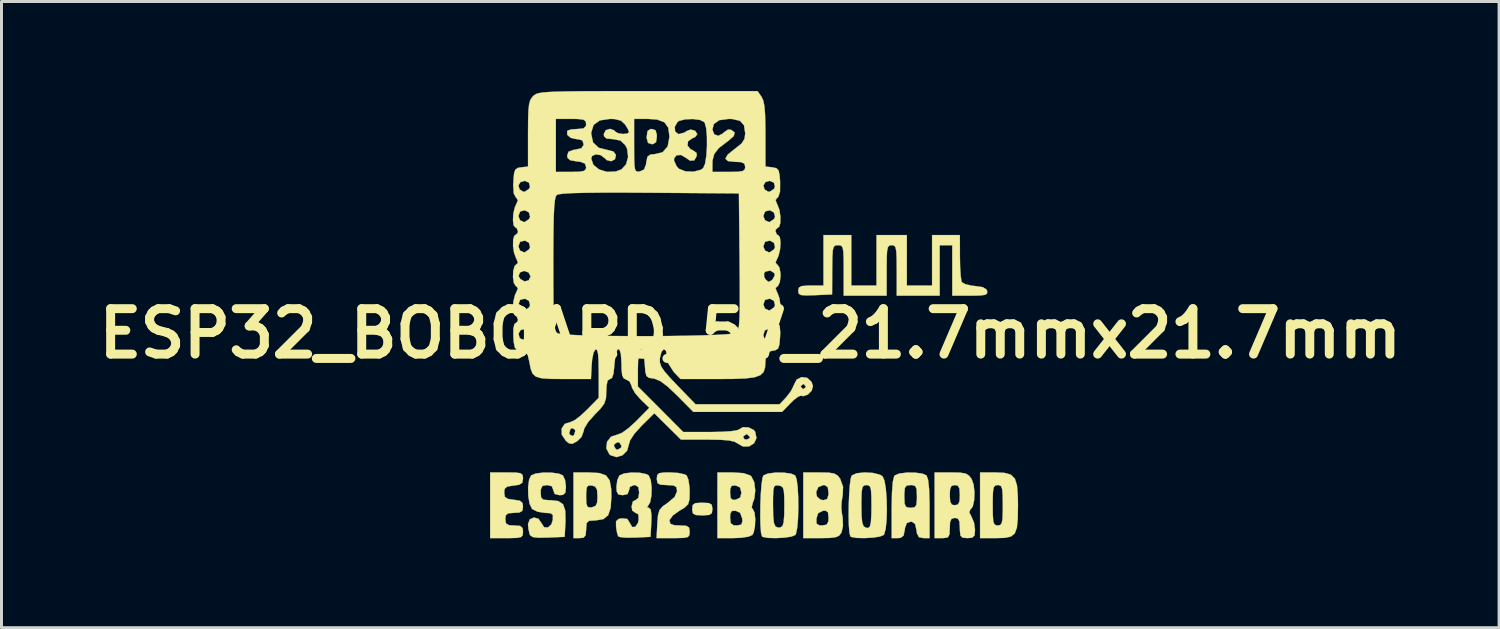
<source format=kicad_pcb>
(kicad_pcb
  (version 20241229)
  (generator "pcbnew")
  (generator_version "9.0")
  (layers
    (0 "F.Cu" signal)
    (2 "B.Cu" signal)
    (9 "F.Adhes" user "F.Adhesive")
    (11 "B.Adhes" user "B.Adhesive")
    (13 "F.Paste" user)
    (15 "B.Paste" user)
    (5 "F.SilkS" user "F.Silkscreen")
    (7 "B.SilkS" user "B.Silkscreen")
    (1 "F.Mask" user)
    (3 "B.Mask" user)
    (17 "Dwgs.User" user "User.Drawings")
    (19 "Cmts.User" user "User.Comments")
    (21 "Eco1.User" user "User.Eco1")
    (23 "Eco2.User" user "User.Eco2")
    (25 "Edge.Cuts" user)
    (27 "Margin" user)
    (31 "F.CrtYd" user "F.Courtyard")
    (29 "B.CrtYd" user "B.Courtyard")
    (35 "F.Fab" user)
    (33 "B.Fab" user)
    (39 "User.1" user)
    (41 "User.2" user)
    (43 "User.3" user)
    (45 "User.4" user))
  (footprint "ESP32_BOBOARD_5V_21.7mmx21.7mm"
    (layer "F.Cu")
    (at 22.105 8.133)
    (property "Reference" "ESP32_BOBOARD_5V_21.7mmx21.7mm" (at 0 0 0) (layer "F.SilkS") (effects (font (size 1.524 1.524) (thickness 0.3))))
    (attr through_hole)
    (fp_poly (pts (xy -3.178 -6.818) (xy -3.134 -6.67) (xy -3.133 -6.604) (xy -3.159 -6.418) (xy -3.258 -6.353) (xy -3.302 -6.35) (xy -3.426 -6.39) (xy -3.47 -6.538) (xy -3.471 -6.604) (xy -3.445 -6.79) (xy -3.346 -6.855) (xy -3.302 -6.858) (xy -3.178 -6.818)) (stroke (width 0.01) (type solid)) (fill yes) (layer "F.SilkS"))
    (fp_poly (pts (xy -1.39 5.684) (xy -1.293 5.739) (xy -1.27 5.866) (xy -1.27 5.884) (xy -1.288 6.021) (xy -1.376 6.081) (xy -1.579 6.096) (xy -1.609 6.096) (xy -1.827 6.084) (xy -1.924 6.03) (xy -1.947 5.903) (xy -1.947 5.884) (xy -1.929 5.748) (xy -1.842 5.687) (xy -1.638 5.673) (xy -1.609 5.673) (xy -1.39 5.684)) (stroke (width 0.01) (type solid)) (fill yes) (layer "F.SilkS"))
    (fp_poly (pts (xy -7.874 4.661) (xy -7.71 4.682) (xy -7.638 4.734) (xy -7.62 4.833) (xy -7.62 4.863) (xy -7.645 5.003) (xy -7.751 5.07) (xy -7.936 5.096) (xy -8.146 5.129) (xy -8.235 5.206) (xy -8.251 5.334) (xy -8.228 5.477) (xy -8.125 5.545) (xy -7.936 5.572) (xy -7.725 5.606) (xy -7.636 5.682) (xy -7.62 5.805) (xy -7.643 5.945) (xy -7.745 6.002) (xy -7.916 6.011) (xy -8.117 6.027) (xy -8.199 6.098) (xy -8.213 6.223) (xy -8.191 6.366) (xy -8.091 6.425) (xy -7.916 6.435) (xy -7.716 6.45) (xy -7.634 6.522) (xy -7.62 6.646) (xy -7.63 6.76) (xy -7.684 6.823) (xy -7.822 6.851) (xy -8.08 6.858) (xy -8.17 6.858) (xy -8.721 6.858) (xy -8.721 4.657) (xy -8.17 4.657) (xy -7.874 4.661)) (stroke (width 0.01) (type solid)) (fill yes) (layer "F.SilkS"))
    (fp_poly (pts (xy -5.066 4.677) (xy -4.839 4.756) (xy -4.714 4.926) (xy -4.663 5.214) (xy -4.657 5.461) (xy -4.681 5.846) (xy -4.766 6.092) (xy -4.929 6.223) (xy -5.187 6.265) (xy -5.213 6.265) (xy -5.408 6.279) (xy -5.487 6.354) (xy -5.503 6.543) (xy -5.503 6.562) (xy -5.519 6.762) (xy -5.59 6.844) (xy -5.715 6.858) (xy -5.927 6.858) (xy -5.927 5.461) (xy -5.503 5.461) (xy -5.496 5.699) (xy -5.458 5.809) (xy -5.369 5.833) (xy -5.313 5.827) (xy -5.188 5.782) (xy -5.133 5.664) (xy -5.122 5.461) (xy -5.137 5.237) (xy -5.2 5.131) (xy -5.313 5.095) (xy -5.429 5.095) (xy -5.485 5.165) (xy -5.502 5.346) (xy -5.503 5.461) (xy -5.927 5.461) (xy -5.927 4.657) (xy -5.425 4.657) (xy -5.066 4.677)) (stroke (width 0.01) (type solid)) (fill yes) (layer "F.SilkS"))
    (fp_poly (pts (xy 8.518 4.671) (xy 8.736 4.731) (xy 8.871 4.864) (xy 8.943 5.096) (xy 8.971 5.454) (xy 8.975 5.748) (xy 8.969 6.2) (xy 8.939 6.509) (xy 8.867 6.702) (xy 8.737 6.807) (xy 8.531 6.85) (xy 8.252 6.858) (xy 7.705 6.858) (xy 7.705 5.757) (xy 8.128 5.757) (xy 8.132 6.095) (xy 8.148 6.297) (xy 8.185 6.398) (xy 8.253 6.432) (xy 8.297 6.435) (xy 8.382 6.421) (xy 8.432 6.355) (xy 8.458 6.205) (xy 8.466 5.936) (xy 8.467 5.757) (xy 8.463 5.42) (xy 8.447 5.218) (xy 8.409 5.116) (xy 8.342 5.082) (xy 8.297 5.08) (xy 8.213 5.094) (xy 8.162 5.159) (xy 8.137 5.309) (xy 8.129 5.579) (xy 8.128 5.757) (xy 7.705 5.757) (xy 7.705 4.657) (xy 8.2 4.657) (xy 8.518 4.671)) (stroke (width 0.01) (type solid)) (fill yes) (layer "F.SilkS"))
    (fp_poly (pts (xy -2.411 4.675) (xy -2.202 4.721) (xy -2.134 4.758) (xy -2.076 4.897) (xy -2.039 5.138) (xy -2.032 5.303) (xy -2.04 5.567) (xy -2.085 5.724) (xy -2.202 5.836) (xy -2.371 5.937) (xy -2.593 6.095) (xy -2.703 6.246) (xy -2.709 6.281) (xy -2.674 6.383) (xy -2.542 6.427) (xy -2.371 6.435) (xy -2.152 6.446) (xy -2.055 6.501) (xy -2.032 6.628) (xy -2.032 6.646) (xy -2.042 6.76) (xy -2.096 6.823) (xy -2.232 6.851) (xy -2.49 6.858) (xy -2.587 6.858) (xy -3.141 6.858) (xy -3.116 6.371) (xy -3.093 6.089) (xy -3.042 5.916) (xy -2.933 5.792) (xy -2.773 5.68) (xy -2.536 5.481) (xy -2.455 5.287) (xy -2.455 5.277) (xy -2.476 5.15) (xy -2.571 5.093) (xy -2.785 5.08) (xy -2.794 5.08) (xy -3.012 5.068) (xy -3.109 5.014) (xy -3.133 4.887) (xy -3.133 4.868) (xy -3.12 4.745) (xy -3.054 4.682) (xy -2.892 4.66) (xy -2.684 4.657) (xy -2.411 4.675)) (stroke (width 0.01) (type solid)) (fill yes) (layer "F.SilkS"))
    (fp_poly (pts (xy -0.229 4.681) (xy -0.005 4.757) (xy 0.036 4.79) (xy 0.132 4.982) (xy 0.167 5.256) (xy 0.136 5.536) (xy 0.084 5.673) (xy 0.046 5.834) (xy 0.084 5.884) (xy 0.143 6.003) (xy 0.167 6.219) (xy 0.156 6.465) (xy 0.114 6.672) (xy 0.068 6.756) (xy -0.07 6.812) (xy -0.323 6.848) (xy -0.567 6.858) (xy -1.101 6.858) (xy -1.101 6.175) (xy -0.677 6.175) (xy -0.656 6.359) (xy -0.563 6.427) (xy -0.46 6.435) (xy -0.305 6.41) (xy -0.263 6.302) (xy -0.27 6.202) (xy -0.34 6.01) (xy -0.487 5.942) (xy -0.621 5.949) (xy -0.672 6.052) (xy -0.677 6.175) (xy -1.101 6.175) (xy -1.101 5.334) (xy -0.677 5.334) (xy -0.659 5.517) (xy -0.582 5.578) (xy -0.487 5.573) (xy -0.336 5.5) (xy -0.296 5.334) (xy -0.343 5.16) (xy -0.487 5.095) (xy -0.62 5.101) (xy -0.671 5.203) (xy -0.677 5.334) (xy -1.101 5.334) (xy -1.101 4.657) (xy -0.599 4.657) (xy -0.229 4.681)) (stroke (width 0.01) (type solid)) (fill yes) (layer "F.SilkS"))
    (fp_poly (pts (xy 2.632 4.664) (xy 2.818 4.695) (xy 2.933 4.765) (xy 3.013 4.868) (xy 3.111 5.137) (xy 3.1 5.397) (xy 3.062 5.651) (xy 3.052 5.829) (xy 3.071 6.02) (xy 3.099 6.192) (xy 3.107 6.451) (xy 3.06 6.666) (xy 3.053 6.679) (xy 2.981 6.775) (xy 2.863 6.829) (xy 2.657 6.853) (xy 2.368 6.858) (xy 1.778 6.858) (xy 1.778 6.202) (xy 2.217 6.202) (xy 2.22 6.371) (xy 2.314 6.43) (xy 2.407 6.435) (xy 2.561 6.409) (xy 2.619 6.298) (xy 2.625 6.175) (xy 2.606 5.994) (xy 2.525 5.937) (xy 2.434 5.942) (xy 2.276 6.023) (xy 2.217 6.202) (xy 1.778 6.202) (xy 1.778 5.317) (xy 2.208 5.317) (xy 2.232 5.461) (xy 2.347 5.566) (xy 2.453 5.588) (xy 2.578 5.549) (xy 2.623 5.404) (xy 2.625 5.334) (xy 2.598 5.149) (xy 2.5 5.083) (xy 2.453 5.08) (xy 2.28 5.148) (xy 2.208 5.317) (xy 1.778 5.317) (xy 1.778 4.657) (xy 2.326 4.657) (xy 2.632 4.664)) (stroke (width 0.01) (type solid)) (fill yes) (layer "F.SilkS"))
    (fp_poly (pts (xy 5.528 4.664) (xy 5.774 4.698) (xy 5.91 4.758) (xy 5.962 4.904) (xy 5.996 5.217) (xy 6.011 5.696) (xy 6.011 5.859) (xy 6.011 6.858) (xy 5.805 6.858) (xy 5.657 6.828) (xy 5.59 6.704) (xy 5.572 6.583) (xy 5.526 6.384) (xy 5.421 6.311) (xy 5.376 6.308) (xy 5.249 6.352) (xy 5.189 6.512) (xy 5.18 6.583) (xy 5.139 6.776) (xy 5.04 6.85) (xy 4.948 6.858) (xy 4.741 6.858) (xy 4.741 5.859) (xy 4.749 5.461) (xy 5.165 5.461) (xy 5.173 5.696) (xy 5.217 5.807) (xy 5.319 5.841) (xy 5.376 5.842) (xy 5.507 5.826) (xy 5.569 5.749) (xy 5.587 5.564) (xy 5.588 5.461) (xy 5.579 5.226) (xy 5.536 5.115) (xy 5.433 5.081) (xy 5.376 5.08) (xy 5.246 5.096) (xy 5.184 5.173) (xy 5.165 5.358) (xy 5.165 5.461) (xy 4.749 5.461) (xy 4.751 5.334) (xy 4.779 4.974) (xy 4.826 4.782) (xy 4.843 4.758) (xy 4.995 4.694) (xy 5.246 4.663) (xy 5.528 4.664)) (stroke (width 0.01) (type solid)) (fill yes) (layer "F.SilkS"))
    (fp_poly (pts (xy 7.034 4.664) (xy 7.22 4.694) (xy 7.335 4.765) (xy 7.417 4.87) (xy 7.488 5.064) (xy 7.517 5.323) (xy 7.506 5.588) (xy 7.458 5.803) (xy 7.374 5.91) (xy 7.34 5.992) (xy 7.408 6.122) (xy 7.5 6.337) (xy 7.535 6.581) (xy 7.519 6.771) (xy 7.436 6.846) (xy 7.281 6.858) (xy 7.118 6.845) (xy 7.046 6.772) (xy 7.028 6.592) (xy 7.027 6.519) (xy 7.013 6.298) (xy 6.956 6.2) (xy 6.858 6.181) (xy 6.747 6.209) (xy 6.698 6.324) (xy 6.689 6.519) (xy 6.679 6.736) (xy 6.624 6.833) (xy 6.489 6.857) (xy 6.435 6.858) (xy 6.181 6.858) (xy 6.181 5.419) (xy 6.689 5.419) (xy 6.703 5.64) (xy 6.76 5.738) (xy 6.858 5.757) (xy 6.969 5.729) (xy 7.018 5.614) (xy 7.027 5.419) (xy 7.013 5.197) (xy 6.956 5.099) (xy 6.858 5.08) (xy 6.747 5.108) (xy 6.698 5.223) (xy 6.689 5.419) (xy 6.181 5.419) (xy 6.181 4.657) (xy 6.729 4.657) (xy 7.034 4.664)) (stroke (width 0.01) (type solid)) (fill yes) (layer "F.SilkS"))
    (fp_poly (pts (xy 1.125 4.664) (xy 1.371 4.698) (xy 1.507 4.758) (xy 1.555 4.891) (xy 1.589 5.147) (xy 1.607 5.482) (xy 1.611 5.851) (xy 1.6 6.208) (xy 1.574 6.509) (xy 1.533 6.709) (xy 1.507 6.756) (xy 1.376 6.808) (xy 1.14 6.843) (xy 0.863 6.858) (xy 0.605 6.852) (xy 0.429 6.821) (xy 0.395 6.802) (xy 0.362 6.685) (xy 0.342 6.442) (xy 0.335 6.116) (xy 0.339 5.751) (xy 0.339 5.737) (xy 0.762 5.737) (xy 0.768 6.114) (xy 0.793 6.35) (xy 0.846 6.471) (xy 0.936 6.508) (xy 1.012 6.5) (xy 1.08 6.454) (xy 1.12 6.328) (xy 1.139 6.089) (xy 1.143 5.799) (xy 1.14 5.461) (xy 1.124 5.258) (xy 1.085 5.152) (xy 1.014 5.107) (xy 0.953 5.095) (xy 0.858 5.091) (xy 0.801 5.133) (xy 0.773 5.254) (xy 0.763 5.489) (xy 0.762 5.737) (xy 0.339 5.737) (xy 0.353 5.389) (xy 0.376 5.074) (xy 0.408 4.848) (xy 0.44 4.758) (xy 0.592 4.694) (xy 0.843 4.663) (xy 1.125 4.664)) (stroke (width 0.01) (type solid)) (fill yes) (layer "F.SilkS"))
    (fp_poly (pts (xy 4.113 4.674) (xy 4.348 4.733) (xy 4.439 4.79) (xy 4.5 4.935) (xy 4.545 5.202) (xy 4.571 5.544) (xy 4.58 5.914) (xy 4.569 6.266) (xy 4.538 6.555) (xy 4.487 6.734) (xy 4.47 6.756) (xy 4.339 6.808) (xy 4.104 6.843) (xy 3.826 6.858) (xy 3.569 6.852) (xy 3.392 6.821) (xy 3.358 6.802) (xy 3.326 6.685) (xy 3.306 6.442) (xy 3.298 6.116) (xy 3.302 5.751) (xy 3.302 5.743) (xy 3.725 5.743) (xy 3.731 6.112) (xy 3.754 6.343) (xy 3.803 6.467) (xy 3.888 6.514) (xy 3.951 6.519) (xy 4.009 6.475) (xy 4.045 6.325) (xy 4.061 6.045) (xy 4.064 5.8) (xy 4.061 5.45) (xy 4.046 5.236) (xy 4.012 5.125) (xy 3.951 5.085) (xy 3.895 5.08) (xy 3.81 5.094) (xy 3.759 5.161) (xy 3.734 5.313) (xy 3.726 5.586) (xy 3.725 5.743) (xy 3.302 5.743) (xy 3.316 5.389) (xy 3.339 5.074) (xy 3.371 4.848) (xy 3.404 4.758) (xy 3.571 4.684) (xy 3.83 4.657) (xy 4.113 4.674)) (stroke (width 0.01) (type solid)) (fill yes) (layer "F.SilkS"))
    (fp_poly (pts (xy -3.708 4.668) (xy -3.485 4.713) (xy -3.404 4.758) (xy -3.337 4.915) (xy -3.307 5.164) (xy -3.314 5.436) (xy -3.358 5.659) (xy -3.404 5.74) (xy -3.462 5.824) (xy -3.399 5.842) (xy -3.337 5.902) (xy -3.313 6.094) (xy -3.319 6.329) (xy -3.344 6.816) (xy -3.866 6.841) (xy -4.146 6.844) (xy -4.351 6.827) (xy -4.429 6.798) (xy -4.468 6.672) (xy -4.5 6.477) (xy -4.5 6.294) (xy -4.415 6.217) (xy -4.308 6.197) (xy -4.126 6.215) (xy -4.04 6.346) (xy -4.038 6.354) (xy -3.958 6.488) (xy -3.853 6.481) (xy -3.766 6.35) (xy -3.741 6.238) (xy -3.753 6.061) (xy -3.847 6.011) (xy -3.955 5.939) (xy -3.979 5.8) (xy -3.935 5.629) (xy -3.852 5.588) (xy -3.752 5.512) (xy -3.725 5.334) (xy -3.752 5.148) (xy -3.851 5.083) (xy -3.895 5.08) (xy -4.036 5.14) (xy -4.064 5.249) (xy -4.114 5.382) (xy -4.276 5.419) (xy -4.422 5.395) (xy -4.479 5.289) (xy -4.487 5.139) (xy -4.458 4.915) (xy -4.388 4.761) (xy -4.386 4.758) (xy -4.229 4.691) (xy -3.98 4.661) (xy -3.708 4.668)) (stroke (width 0.01) (type solid)) (fill yes) (layer "F.SilkS"))
    (fp_poly (pts (xy -6.664 4.664) (xy -6.418 4.698) (xy -6.282 4.758) (xy -6.211 4.909) (xy -6.181 5.133) (xy -6.181 5.139) (xy -6.199 5.332) (xy -6.279 5.408) (xy -6.392 5.419) (xy -6.558 5.379) (xy -6.604 5.249) (xy -6.654 5.117) (xy -6.816 5.08) (xy -6.967 5.107) (xy -7.022 5.224) (xy -7.027 5.334) (xy -7.013 5.499) (xy -6.938 5.571) (xy -6.753 5.588) (xy -6.699 5.588) (xy -6.437 5.617) (xy -6.278 5.723) (xy -6.204 5.934) (xy -6.195 6.277) (xy -6.197 6.322) (xy -6.223 6.816) (xy -6.784 6.84) (xy -7.099 6.846) (xy -7.283 6.825) (xy -7.375 6.769) (xy -7.398 6.728) (xy -7.44 6.533) (xy -7.451 6.385) (xy -7.391 6.229) (xy -7.253 6.169) (xy -7.102 6.21) (xy -7.001 6.355) (xy -7.001 6.357) (xy -6.911 6.494) (xy -6.783 6.502) (xy -6.668 6.396) (xy -6.62 6.243) (xy -6.618 6.088) (xy -6.693 6.024) (xy -6.889 6.011) (xy -7.129 5.975) (xy -7.31 5.885) (xy -7.318 5.878) (xy -7.398 5.71) (xy -7.443 5.447) (xy -7.449 5.155) (xy -7.415 4.901) (xy -7.349 4.758) (xy -7.197 4.694) (xy -6.946 4.663) (xy -6.664 4.664)) (stroke (width 0.01) (type solid)) (fill yes) (layer "F.SilkS"))
    (fp_poly (pts (xy 3.387 -1.609) (xy 4.233 -1.609) (xy 4.233 -3.302) (xy 5.249 -3.302) (xy 5.249 -1.609) (xy 6.096 -1.609) (xy 6.096 -3.302) (xy 7.027 -3.302) (xy 7.029 -2.561) (xy 7.036 -2.215) (xy 7.055 -1.93) (xy 7.082 -1.751) (xy 7.094 -1.72) (xy 7.211 -1.654) (xy 7.431 -1.604) (xy 7.536 -1.593) (xy 7.794 -1.555) (xy 7.92 -1.477) (xy 7.943 -1.418) (xy 7.938 -1.34) (xy 7.864 -1.296) (xy 7.688 -1.275) (xy 7.377 -1.27) (xy 7.372 -1.27) (xy 6.773 -1.27) (xy 6.773 -2.963) (xy 6.35 -2.963) (xy 6.35 -1.27) (xy 4.911 -1.27) (xy 4.911 -2.117) (xy 4.908 -2.502) (xy 4.897 -2.749) (xy 4.871 -2.887) (xy 4.824 -2.949) (xy 4.75 -2.963) (xy 4.741 -2.963) (xy 4.664 -2.952) (xy 4.615 -2.896) (xy 4.587 -2.767) (xy 4.575 -2.532) (xy 4.572 -2.162) (xy 4.572 -2.117) (xy 4.572 -1.27) (xy 3.133 -1.27) (xy 3.133 -2.117) (xy 3.131 -2.501) (xy 3.121 -2.747) (xy 3.096 -2.885) (xy 3.049 -2.947) (xy 2.973 -2.963) (xy 2.942 -2.963) (xy 2.855 -2.955) (xy 2.799 -2.909) (xy 2.767 -2.795) (xy 2.753 -2.581) (xy 2.748 -2.236) (xy 2.747 -2.137) (xy 2.743 -1.312) (xy 2.176 -1.287) (xy 1.874 -1.278) (xy 1.703 -1.291) (xy 1.627 -1.336) (xy 1.609 -1.421) (xy 1.609 -1.435) (xy 1.63 -1.539) (xy 1.721 -1.591) (xy 1.925 -1.608) (xy 2.032 -1.609) (xy 2.455 -1.609) (xy 2.455 -3.302) (xy 3.387 -3.302) (xy 3.387 -1.609)) (stroke (width 0.01) (type solid)) (fill yes) (layer "F.SilkS"))
    (fp_poly (pts (xy 0.376 -7.94) (xy 0.435 -7.816) (xy 0.474 -7.622) (xy 0.497 -7.329) (xy 0.507 -6.909) (xy 0.508 -6.675) (xy 0.508 -5.599) (xy 0.741 -5.572) (xy 0.876 -5.544) (xy 0.949 -5.468) (xy 0.984 -5.302) (xy 1 -5.088) (xy 0.997 -4.759) (xy 0.94 -4.583) (xy 0.915 -4.561) (xy 0.847 -4.478) (xy 0.898 -4.343) (xy 0.91 -4.322) (xy 0.977 -4.144) (xy 1.01 -3.921) (xy 1.008 -3.713) (xy 0.968 -3.577) (xy 0.931 -3.556) (xy 0.856 -3.487) (xy 0.847 -3.429) (xy 0.892 -3.316) (xy 0.931 -3.302) (xy 0.992 -3.23) (xy 1.014 -3.051) (xy 0.999 -2.827) (xy 0.949 -2.614) (xy 0.91 -2.528) (xy 0.847 -2.384) (xy 0.893 -2.317) (xy 0.91 -2.31) (xy 0.98 -2.207) (xy 1.015 -1.998) (xy 1.016 -1.947) (xy 0.991 -1.724) (xy 0.927 -1.594) (xy 0.91 -1.584) (xy 0.847 -1.525) (xy 0.893 -1.396) (xy 0.91 -1.367) (xy 0.977 -1.184) (xy 1.01 -0.958) (xy 1.008 -0.748) (xy 0.968 -0.614) (xy 0.931 -0.593) (xy 0.856 -0.524) (xy 0.847 -0.466) (xy 0.895 -0.353) (xy 0.936 -0.339) (xy 0.986 -0.26) (xy 1.004 -0.044) (xy 0.999 0.106) (xy 0.977 0.366) (xy 0.933 0.503) (xy 0.842 0.56) (xy 0.741 0.577) (xy 0.587 0.614) (xy 0.522 0.714) (xy 0.508 0.924) (xy 0.496 1.135) (xy 0.447 1.29) (xy 0.336 1.397) (xy 0.143 1.466) (xy -0.155 1.504) (xy -0.581 1.521) (xy -1.07 1.524) (xy -2.339 1.524) (xy -2.566 1.287) (xy -2.758 0.986) (xy -2.794 0.771) (xy -2.825 0.577) (xy -2.897 0.526) (xy -2.977 0.611) (xy -3.031 0.821) (xy -3.032 0.835) (xy -3.031 0.974) (xy -2.984 1.111) (xy -2.87 1.278) (xy -2.669 1.506) (xy -2.447 1.739) (xy -1.834 2.371) (xy 0.984 2.371) (xy 1.204 2.138) (xy 1.357 1.941) (xy 1.441 1.778) (xy 1.693 1.778) (xy 1.758 1.86) (xy 1.778 1.863) (xy 1.86 1.798) (xy 1.863 1.778) (xy 1.798 1.696) (xy 1.778 1.693) (xy 1.696 1.758) (xy 1.693 1.778) (xy 1.441 1.778) (xy 1.447 1.765) (xy 1.452 1.745) (xy 1.553 1.546) (xy 1.723 1.46) (xy 1.909 1.485) (xy 2.054 1.621) (xy 2.101 1.76) (xy 2.058 1.916) (xy 1.928 2.047) (xy 1.773 2.1) (xy 1.705 2.082) (xy 1.611 2.112) (xy 1.45 2.236) (xy 1.351 2.332) (xy 1.067 2.625) (xy -1.91 2.625) (xy -2.451 2.079) (xy -2.767 1.779) (xy -3.009 1.597) (xy -3.204 1.515) (xy -3.253 1.507) (xy -3.399 1.484) (xy -3.48 1.423) (xy -3.518 1.282) (xy -3.538 1.018) (xy -3.539 0.989) (xy -3.57 0.686) (xy -3.622 0.543) (xy -3.666 0.531) (xy -3.727 0.639) (xy -3.761 0.905) (xy -3.768 1.17) (xy -3.768 1.775) (xy -3.007 2.538) (xy -2.247 3.302) (xy -1.34 3.302) (xy -0.951 3.294) (xy -0.639 3.274) (xy -0.438 3.243) (xy -0.381 3.217) (xy -0.247 3.139) (xy -0.056 3.148) (xy 0.116 3.233) (xy 0.166 3.296) (xy 0.208 3.509) (xy 0.125 3.681) (xy -0.041 3.784) (xy -0.246 3.786) (xy -0.412 3.693) (xy -0.523 3.627) (xy -0.703 3.586) (xy -0.983 3.563) (xy -1.398 3.556) (xy -1.443 3.556) (xy -2.323 3.556) (xy -2.415 3.465) (xy -0.238 3.465) (xy -0.197 3.542) (xy -0.127 3.556) (xy -0.022 3.513) (xy -0.016 3.465) (xy -0.104 3.378) (xy -0.127 3.374) (xy -0.226 3.44) (xy -0.238 3.465) (xy -2.415 3.465) (xy -2.77 3.115) (xy -3.217 2.673) (xy -3.641 3.09) (xy -3.882 3.356) (xy -4.029 3.579) (xy -4.064 3.695) (xy -4.128 3.925) (xy -4.286 4.083) (xy -4.49 4.143) (xy -4.688 4.078) (xy -4.724 4.047) (xy -4.828 3.845) (xy -4.818 3.768) (xy -4.572 3.768) (xy -4.504 3.88) (xy -4.445 3.895) (xy -4.333 3.827) (xy -4.318 3.768) (xy -4.386 3.655) (xy -4.445 3.641) (xy -4.557 3.708) (xy -4.572 3.768) (xy -4.818 3.768) (xy -4.801 3.63) (xy -4.667 3.458) (xy -4.45 3.387) (xy -4.446 3.387) (xy -4.297 3.327) (xy -4.077 3.168) (xy -3.827 2.939) (xy -3.385 2.49) (xy -3.682 2.202) (xy -3.858 2.001) (xy -3.964 1.818) (xy -3.979 1.753) (xy -4.051 1.603) (xy -4.149 1.549) (xy -4.245 1.5) (xy -4.296 1.391) (xy -4.316 1.178) (xy -4.318 0.999) (xy -4.338 0.684) (xy -4.388 0.53) (xy -4.451 0.532) (xy -4.511 0.688) (xy -4.552 0.994) (xy -4.555 1.044) (xy -4.584 1.338) (xy -4.637 1.489) (xy -4.703 1.524) (xy -4.783 1.576) (xy -4.82 1.75) (xy -4.826 1.93) (xy -4.838 2.168) (xy -4.894 2.345) (xy -5.024 2.522) (xy -5.207 2.709) (xy -5.435 2.966) (xy -5.566 3.183) (xy -5.588 3.275) (xy -5.66 3.471) (xy -5.802 3.608) (xy -5.963 3.697) (xy -6.075 3.683) (xy -6.183 3.596) (xy -6.318 3.394) (xy -6.32 3.338) (xy -6.071 3.338) (xy -6.054 3.387) (xy -5.96 3.437) (xy -5.908 3.401) (xy -5.867 3.266) (xy -5.884 3.217) (xy -5.978 3.167) (xy -6.03 3.203) (xy -6.071 3.338) (xy -6.32 3.338) (xy -6.325 3.188) (xy -6.219 3.028) (xy -6.013 2.963) (xy -6.012 2.963) (xy -5.888 2.906) (xy -5.692 2.757) (xy -5.479 2.558) (xy -5.08 2.153) (xy -5.08 1.324) (xy -5.086 0.924) (xy -5.104 0.673) (xy -5.138 0.549) (xy -5.186 0.529) (xy -5.254 0.632) (xy -5.302 0.869) (xy -5.317 1.044) (xy -5.342 1.524) (xy -6.259 1.524) (xy -6.698 1.52) (xy -6.997 1.499) (xy -7.187 1.444) (xy -7.299 1.343) (xy -7.363 1.178) (xy -7.405 0.957) (xy -7.459 0.727) (xy -7.543 0.616) (xy -7.69 0.576) (xy -7.823 0.547) (xy -7.895 0.467) (xy -7.929 0.292) (xy -7.942 0.106) (xy -7.942 0.005) (xy -7.77 0.005) (xy -7.737 0.14) (xy -7.696 0.177) (xy -7.522 0.227) (xy -7.422 0.133) (xy -7.408 0.036) (xy -7.475 -0.11) (xy -7.557 -0.153) (xy -7.699 -0.118) (xy -7.77 0.005) (xy -7.942 0.005) (xy -7.942 -0.168) (xy -7.907 -0.319) (xy -7.878 -0.339) (xy -7.799 -0.407) (xy -7.789 -0.466) (xy -7.835 -0.578) (xy -7.874 -0.593) (xy -7.934 -0.665) (xy -7.956 -0.843) (xy -7.948 -0.973) (xy -7.776 -0.973) (xy -7.719 -0.835) (xy -7.586 -0.775) (xy -7.558 -0.778) (xy -7.416 -0.876) (xy -7.382 -0.954) (xy -7.421 -1.096) (xy -7.551 -1.169) (xy -7.7 -1.136) (xy -7.722 -1.118) (xy -7.776 -0.973) (xy -7.948 -0.973) (xy -7.942 -1.068) (xy -7.892 -1.281) (xy -7.853 -1.367) (xy -7.79 -1.511) (xy -7.836 -1.578) (xy -7.853 -1.584) (xy -7.924 -1.688) (xy -7.955 -1.884) (xy -7.954 -1.925) (xy -7.768 -1.925) (xy -7.712 -1.829) (xy -7.569 -1.748) (xy -7.429 -1.783) (xy -7.366 -1.916) (xy -7.366 -1.917) (xy -7.433 -2.048) (xy -7.581 -2.101) (xy -7.724 -2.047) (xy -7.768 -1.925) (xy -7.954 -1.925) (xy -7.947 -2.1) (xy -7.899 -2.266) (xy -7.853 -2.31) (xy -7.84 -2.322) (xy -6.604 -2.322) (xy -6.603 -1.646) (xy -6.6 -1.12) (xy -6.593 -0.723) (xy -6.581 -0.438) (xy -6.563 -0.243) (xy -6.537 -0.12) (xy -6.503 -0.048) (xy -6.459 -0.008) (xy -6.456 -0.007) (xy -6.326 0.02) (xy -6.053 0.042) (xy -5.66 0.06) (xy -5.173 0.073) (xy -4.616 0.082) (xy -4.013 0.087) (xy -3.389 0.087) (xy -2.768 0.083) (xy -2.175 0.075) (xy -1.633 0.062) (xy -1.519 0.058) (xy 0.438 0.058) (xy 0.456 0.131) (xy 0.544 0.242) (xy 0.691 0.213) (xy 0.753 0.177) (xy 0.826 0.053) (xy 0.789 -0.089) (xy 0.665 -0.168) (xy 0.643 -0.169) (xy 0.485 -0.103) (xy 0.438 0.058) (xy -1.519 0.058) (xy -1.168 0.046) (xy -0.804 0.026) (xy -0.565 0.001) (xy -0.48 -0.021) (xy -0.437 -0.066) (xy -0.404 -0.141) (xy -0.379 -0.267) (xy -0.363 -0.463) (xy -0.354 -0.748) (xy -0.352 -0.973) (xy 0.437 -0.973) (xy 0.494 -0.835) (xy 0.627 -0.775) (xy 0.655 -0.778) (xy 0.796 -0.876) (xy 0.831 -0.954) (xy 0.792 -1.096) (xy 0.661 -1.169) (xy 0.513 -1.136) (xy 0.491 -1.118) (xy 0.437 -0.973) (xy -0.352 -0.973) (xy -0.35 -1.143) (xy -0.352 -1.665) (xy -0.355 -2.028) (xy 0.463 -2.028) (xy 0.465 -1.898) (xy 0.515 -1.812) (xy 0.615 -1.729) (xy 0.718 -1.784) (xy 0.744 -1.808) (xy 0.82 -1.947) (xy 0.809 -2.024) (xy 0.677 -2.11) (xy 0.52 -2.083) (xy 0.463 -2.028) (xy -0.355 -2.028) (xy -0.358 -2.336) (xy -0.358 -2.413) (xy -0.363 -2.921) (xy 0.437 -2.921) (xy 0.494 -2.782) (xy 0.627 -2.722) (xy 0.655 -2.725) (xy 0.796 -2.823) (xy 0.831 -2.901) (xy 0.792 -3.044) (xy 0.661 -3.116) (xy 0.513 -3.084) (xy 0.491 -3.065) (xy 0.437 -2.921) (xy -0.363 -2.921) (xy -0.373 -3.937) (xy 0.437 -3.937) (xy 0.494 -3.798) (xy 0.627 -3.738) (xy 0.655 -3.741) (xy 0.796 -3.839) (xy 0.831 -3.917) (xy 0.792 -4.06) (xy 0.661 -4.132) (xy 0.513 -4.1) (xy 0.491 -4.081) (xy 0.437 -3.937) (xy -0.373 -3.937) (xy -0.381 -4.699) (xy -3.377 -4.721) (xy -4.257 -4.726) (xy -4.978 -4.725) (xy -5.547 -4.719) (xy -5.975 -4.708) (xy -6.269 -4.69) (xy -6.439 -4.666) (xy -6.488 -4.647) (xy -6.525 -4.586) (xy -6.553 -4.457) (xy -6.574 -4.243) (xy -6.589 -3.926) (xy -6.598 -3.49) (xy -6.603 -2.916) (xy -6.604 -2.322) (xy -7.84 -2.322) (xy -7.79 -2.37) (xy -7.836 -2.499) (xy -7.853 -2.528) (xy -7.92 -2.711) (xy -7.951 -2.921) (xy -7.776 -2.921) (xy -7.719 -2.782) (xy -7.586 -2.722) (xy -7.558 -2.725) (xy -7.416 -2.823) (xy -7.382 -2.901) (xy -7.421 -3.044) (xy -7.551 -3.116) (xy -7.7 -3.084) (xy -7.722 -3.065) (xy -7.776 -2.921) (xy -7.951 -2.921) (xy -7.953 -2.937) (xy -7.95 -3.146) (xy -7.91 -3.281) (xy -7.874 -3.302) (xy -7.799 -3.371) (xy -7.789 -3.429) (xy -7.835 -3.542) (xy -7.874 -3.556) (xy -7.934 -3.628) (xy -7.956 -3.806) (xy -7.948 -3.937) (xy -7.776 -3.937) (xy -7.719 -3.798) (xy -7.586 -3.738) (xy -7.558 -3.741) (xy -7.416 -3.839) (xy -7.382 -3.917) (xy -7.421 -4.06) (xy -7.551 -4.132) (xy -7.7 -4.1) (xy -7.722 -4.081) (xy -7.776 -3.937) (xy -7.948 -3.937) (xy -7.942 -4.029) (xy -7.892 -4.237) (xy -7.853 -4.322) (xy -7.79 -4.467) (xy -7.844 -4.553) (xy -7.858 -4.561) (xy -7.929 -4.696) (xy -7.946 -4.964) (xy -7.774 -4.964) (xy -7.733 -4.831) (xy -7.615 -4.756) (xy -7.558 -4.757) (xy -7.418 -4.849) (xy -7.384 -4.922) (xy -7.395 -4.964) (xy 0.439 -4.964) (xy 0.479 -4.831) (xy 0.598 -4.756) (xy 0.655 -4.757) (xy 0.795 -4.849) (xy 0.829 -4.922) (xy 0.791 -5.061) (xy 0.655 -5.12) (xy 0.509 -5.081) (xy 0.439 -4.964) (xy -7.395 -4.964) (xy -7.422 -5.061) (xy -7.557 -5.12) (xy -7.704 -5.081) (xy -7.774 -4.964) (xy -7.946 -4.964) (xy -7.947 -4.983) (xy -7.942 -5.088) (xy -7.921 -5.353) (xy -7.879 -5.493) (xy -7.793 -5.553) (xy -7.684 -5.572) (xy -7.451 -5.599) (xy -7.451 -6.694) (xy -7.448 -7.151) (xy -7.447 -7.197) (xy -6.519 -7.197) (xy -6.519 -5.419) (xy -6.011 -5.419) (xy -5.727 -5.425) (xy -5.573 -5.453) (xy -5.512 -5.514) (xy -5.503 -5.583) (xy -5.542 -5.698) (xy -5.687 -5.757) (xy -5.821 -5.773) (xy -6.037 -5.811) (xy -6.127 -5.892) (xy -6.138 -5.969) (xy -6.094 -6.096) (xy -5.934 -6.156) (xy -5.863 -6.165) (xy -5.662 -6.213) (xy -5.59 -6.319) (xy -5.588 -6.355) (xy -5.632 -6.478) (xy -5.792 -6.519) (xy -5.833 -6.519) (xy -6.022 -6.563) (xy -6.138 -6.664) (xy -6.138 -6.699) (xy -5.334 -6.699) (xy -5.272 -6.408) (xy -5.084 -6.229) (xy -4.827 -6.164) (xy -4.591 -6.105) (xy -4.503 -5.99) (xy -4.537 -5.843) (xy -4.663 -5.778) (xy -4.812 -5.815) (xy -4.869 -5.871) (xy -5.013 -5.981) (xy -5.18 -6.009) (xy -5.305 -5.952) (xy -5.334 -5.87) (xy -5.26 -5.656) (xy -5.067 -5.5) (xy -4.802 -5.42) (xy -4.511 -5.433) (xy -4.319 -5.503) (xy -4.164 -5.672) (xy -4.096 -5.924) (xy -4.128 -6.192) (xy -4.185 -6.311) (xy -4.349 -6.47) (xy -4.593 -6.519) (xy -4.616 -6.519) (xy -4.82 -6.539) (xy -4.901 -6.613) (xy -4.911 -6.689) (xy -4.845 -6.817) (xy -4.702 -6.863) (xy -4.56 -6.811) (xy -4.53 -6.773) (xy -4.426 -6.713) (xy -4.262 -6.69) (xy -4.116 -6.706) (xy -4.064 -6.754) (xy -4.108 -6.866) (xy -4.196 -7.008) (xy -4.333 -7.137) (xy -4.542 -7.191) (xy -4.698 -7.197) (xy -3.895 -7.197) (xy -3.895 -6.302) (xy -3.893 -5.905) (xy -3.885 -5.648) (xy -3.863 -5.503) (xy -3.821 -5.439) (xy -3.754 -5.428) (xy -3.704 -5.434) (xy -3.561 -5.499) (xy -3.495 -5.67) (xy -3.487 -5.736) (xy -3.475 -5.797) (xy -2.555 -5.797) (xy -2.467 -5.605) (xy -2.391 -5.524) (xy -2.174 -5.438) (xy -1.904 -5.427) (xy -1.662 -5.488) (xy -1.578 -5.546) (xy -1.515 -5.694) (xy -1.473 -5.956) (xy -1.452 -6.279) (xy -1.453 -6.608) (xy -1.474 -6.838) (xy -1.27 -6.838) (xy -1.209 -6.679) (xy -1.071 -6.629) (xy -0.92 -6.707) (xy -0.897 -6.734) (xy -0.746 -6.839) (xy -0.647 -6.832) (xy -0.524 -6.744) (xy -0.553 -6.623) (xy -0.737 -6.459) (xy -0.783 -6.427) (xy -1.058 -6.215) (xy -1.209 -6.021) (xy -1.266 -5.8) (xy -1.27 -5.699) (xy -1.27 -5.419) (xy -0.72 -5.419) (xy -0.422 -5.424) (xy -0.256 -5.447) (xy -0.184 -5.501) (xy -0.169 -5.588) (xy -0.198 -5.699) (xy -0.313 -5.748) (xy -0.508 -5.757) (xy -0.75 -5.783) (xy -0.833 -5.863) (xy -0.758 -5.997) (xy -0.523 -6.188) (xy -0.505 -6.201) (xy -0.291 -6.372) (xy -0.192 -6.53) (xy -0.169 -6.713) (xy -0.209 -6.981) (xy -0.345 -7.133) (xy -0.605 -7.193) (xy -0.72 -7.197) (xy -1.041 -7.154) (xy -1.222 -7.024) (xy -1.27 -6.838) (xy -1.474 -6.838) (xy -1.479 -6.891) (xy -1.53 -7.073) (xy -1.542 -7.091) (xy -1.688 -7.162) (xy -1.925 -7.193) (xy -2.181 -7.182) (xy -2.385 -7.131) (xy -2.438 -7.095) (xy -2.531 -6.932) (xy -2.521 -6.776) (xy -2.419 -6.692) (xy -2.388 -6.689) (xy -2.203 -6.739) (xy -2.139 -6.785) (xy -1.999 -6.839) (xy -1.85 -6.799) (xy -1.778 -6.689) (xy -1.778 -6.683) (xy -1.849 -6.588) (xy -1.947 -6.544) (xy -2.087 -6.445) (xy -2.104 -6.3) (xy -2 -6.178) (xy -1.94 -6.154) (xy -1.803 -6.058) (xy -1.792 -5.961) (xy -1.877 -5.806) (xy -2.025 -5.799) (xy -2.149 -5.887) (xy -2.319 -5.987) (xy -2.473 -5.978) (xy -2.555 -5.871) (xy -2.555 -5.797) (xy -3.475 -5.797) (xy -3.448 -5.927) (xy -3.35 -6.001) (xy -3.218 -6.011) (xy -2.94 -6.077) (xy -2.769 -6.273) (xy -2.709 -6.594) (xy -2.709 -6.604) (xy -2.748 -6.899) (xy -2.878 -7.083) (xy -3.125 -7.176) (xy -3.435 -7.197) (xy -3.895 -7.197) (xy -4.698 -7.197) (xy -5.042 -7.147) (xy -5.253 -6.996) (xy -5.333 -6.74) (xy -5.334 -6.699) (xy -6.138 -6.699) (xy -6.138 -6.783) (xy -6.118 -6.807) (xy -6.007 -6.842) (xy -5.803 -6.858) (xy -5.786 -6.858) (xy -5.587 -6.879) (xy -5.51 -6.96) (xy -5.503 -7.027) (xy -5.522 -7.122) (xy -5.603 -7.173) (xy -5.786 -7.194) (xy -6.011 -7.197) (xy -6.519 -7.197) (xy -7.447 -7.197) (xy -7.438 -7.47) (xy -7.416 -7.683) (xy -7.378 -7.822) (xy -7.319 -7.918) (xy -7.281 -7.959) (xy -7.235 -7.999) (xy -7.176 -8.033) (xy -7.088 -8.06) (xy -6.956 -8.082) (xy -6.763 -8.098) (xy -6.496 -8.11) (xy -6.137 -8.118) (xy -5.672 -8.124) (xy -5.086 -8.126) (xy -4.361 -8.128) (xy -3.484 -8.128) (xy 0.244 -8.128) (xy 0.376 -7.94)) (stroke (width 0.01) (type solid)) (fill yes) (layer "F.SilkS")))
  (gr_rect
    (start -3 -3)
    (end 47.211 17.996)
    (stroke (width 0.1) (type default))
    (fill no)
    (layer "Edge.Cuts")))
</source>
